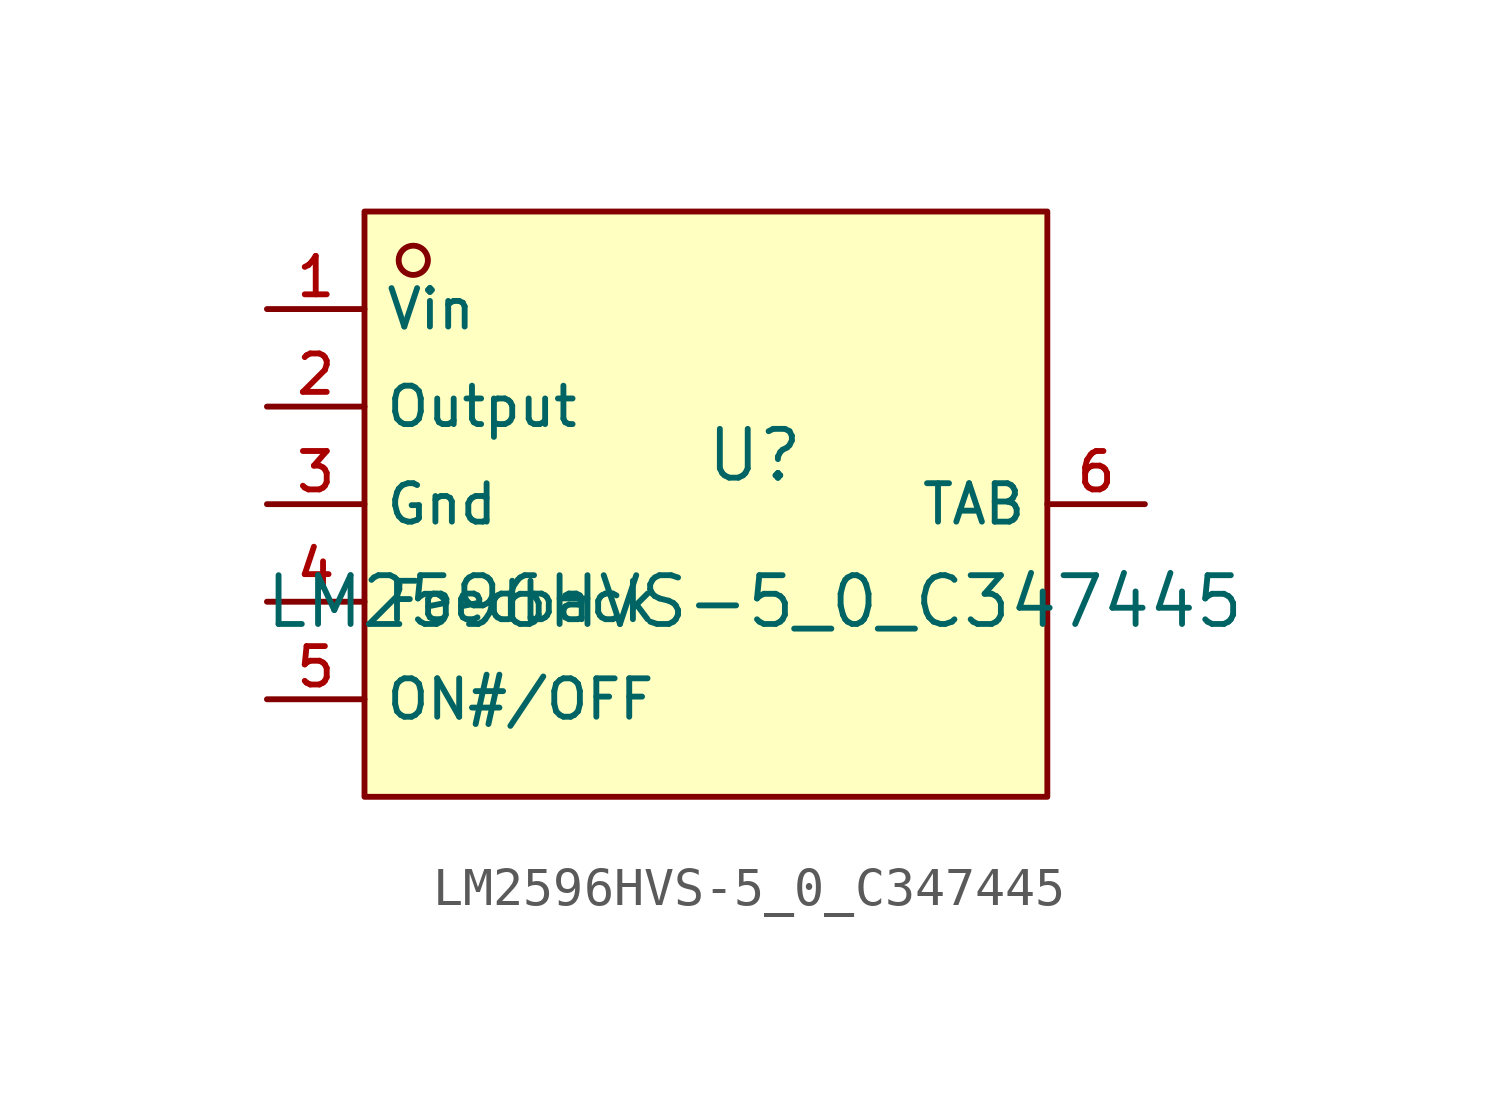
<source format=kicad_sym>
(kicad_symbol_lib
  (version 20210201)
  (generator TousstNicolas/JLC2KiCad_lib)
  (symbol "LM2596HVS-5_0_C347445"
    (property "Reference" "U"
      (at 0 1.27 0)
      (effects (font (size 1.27 1.27))))
    (property "Value" "LM2596HVS-5_0_C347445"
      (at 0 -2.54 0)
      (effects (font (size 1.27 1.27))))
    (symbol "LM2596HVS-5_0_C347445_0_1"
      (pin unspecified line (at 10.16 -0.0 180) (length 2.54) (name "TAB" (effects (font (size 1 1)))) (number "6" (effects (font (size 1 1)))))
      (pin unspecified line (at -12.7 -5.08 0) (length 2.54) (name "ON#/OFF" (effects (font (size 1 1)))) (number "5" (effects (font (size 1 1)))))
      (pin unspecified line (at -12.7 -2.54 0) (length 2.54) (name "Feedback" (effects (font (size 1 1)))) (number "4" (effects (font (size 1 1)))))
      (pin unspecified line (at -12.7 -0.0 0) (length 2.54) (name "Gnd" (effects (font (size 1 1)))) (number "3" (effects (font (size 1 1)))))
      (pin unspecified line (at -12.7 2.54 0) (length 2.54) (name "Output" (effects (font (size 1 1)))) (number "2" (effects (font (size 1 1)))))
      (pin unspecified line (at -12.7 5.08 0) (length 2.54) (name "Vin" (effects (font (size 1 1)))) (number "1" (effects (font (size 1 1)))))
      (circle (center -8.89 6.35) (radius 0.381) (stroke (width 0) (type default) (color 0 0 0 0)) (fill (type background)))
      (rectangle (start -10.16 7.62) (end 7.62 -7.62) (stroke (width 0) (type default) (color 0 0 0 0)) (fill (type background))))))
</source>
